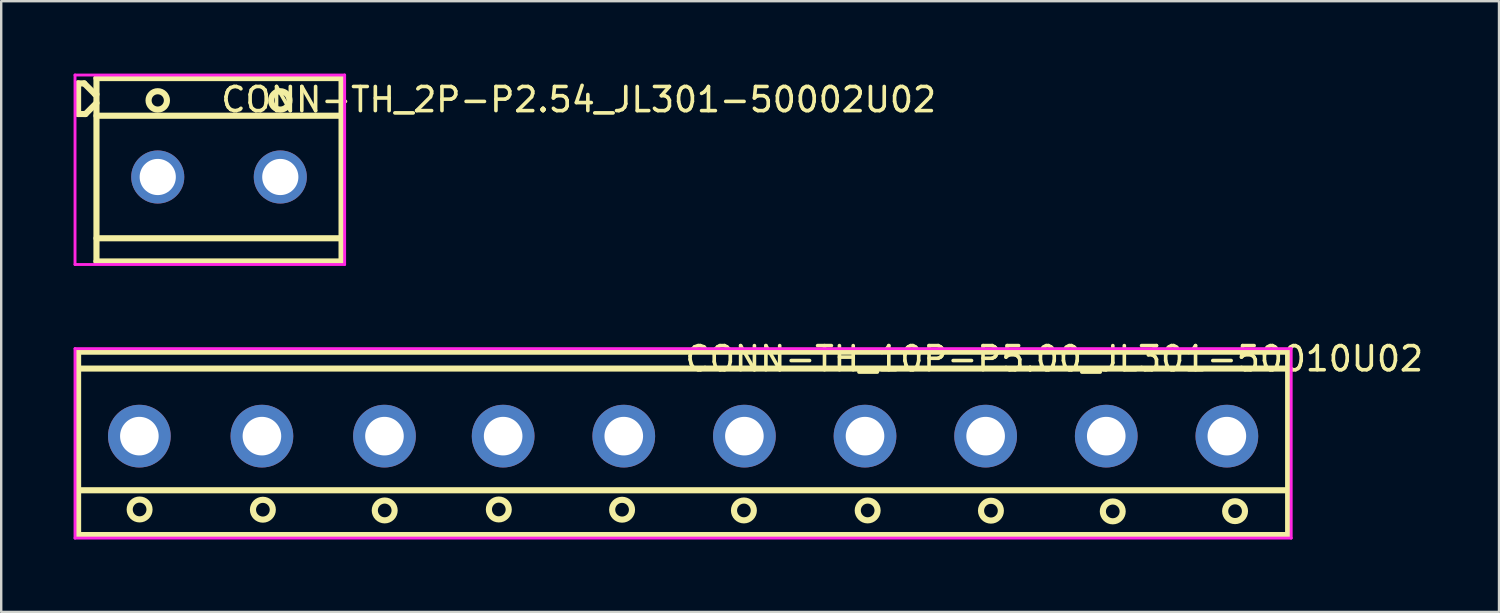
<source format=kicad_pcb>
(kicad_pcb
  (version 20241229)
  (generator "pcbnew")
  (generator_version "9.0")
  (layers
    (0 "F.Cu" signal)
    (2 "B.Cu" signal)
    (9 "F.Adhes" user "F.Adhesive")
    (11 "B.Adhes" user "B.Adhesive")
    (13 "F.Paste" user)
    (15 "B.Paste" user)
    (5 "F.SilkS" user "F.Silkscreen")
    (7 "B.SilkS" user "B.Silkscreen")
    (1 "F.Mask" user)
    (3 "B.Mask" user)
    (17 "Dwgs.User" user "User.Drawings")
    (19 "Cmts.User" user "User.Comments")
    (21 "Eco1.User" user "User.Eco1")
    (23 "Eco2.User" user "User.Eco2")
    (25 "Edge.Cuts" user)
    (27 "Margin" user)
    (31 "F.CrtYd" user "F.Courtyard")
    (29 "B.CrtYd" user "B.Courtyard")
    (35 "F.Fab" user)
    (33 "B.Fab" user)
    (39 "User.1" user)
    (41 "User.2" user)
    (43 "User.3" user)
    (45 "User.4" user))
  (footprint "CONN-TH_10P-P5.00_JL301-50010U02"
    (layer "F.Cu")
    (at 25.267 15.029)
    (property "Reference" "CONN-TH_10P-P5.00_JL301-50010U02" (at 0 -3.207 0) (layer "F.SilkS") (effects (font (size 1 1) (thickness 0.15)) (justify left)))
    (attr through_hole)
    (fp_line (start -25.08 -3.5) (end -25.08 4.1) (stroke (width 0.254) (type solid)) (layer "F.SilkS"))
    (fp_line (start -25.08 -3.5) (end 25.08 -3.5) (stroke (width 0.254) (type solid)) (layer "F.SilkS"))
    (fp_line (start -25.08 -2.801) (end 25.08 -2.801) (stroke (width 0.254) (type solid)) (layer "F.SilkS"))
    (fp_line (start -25.08 2.244) (end 25.08 2.244) (stroke (width 0.254) (type solid)) (layer "F.SilkS"))
    (fp_line (start -25.08 4.1) (end 25.08 4.1) (stroke (width 0.254) (type solid)) (layer "F.SilkS"))
    (fp_line (start 25.08 -3.5) (end 25.08 4.1) (stroke (width 0.254) (type solid)) (layer "F.SilkS"))
    (fp_circle (center -22.53 3.04) (end -22.119 3.04) (stroke (width 0.254) (type solid)) (fill no) (layer "F.SilkS"))
    (fp_circle (center -17.42 3.05) (end -17.009 3.05) (stroke (width 0.254) (type solid)) (fill no) (layer "F.SilkS"))
    (fp_circle (center -12.37 3.08) (end -11.959 3.08) (stroke (width 0.254) (type solid)) (fill no) (layer "F.SilkS"))
    (fp_circle (center -7.64 3.04) (end -7.229 3.04) (stroke (width 0.254) (type solid)) (fill no) (layer "F.SilkS"))
    (fp_circle (center -2.53 3.05) (end -2.119 3.05) (stroke (width 0.254) (type solid)) (fill no) (layer "F.SilkS"))
    (fp_circle (center 2.52 3.08) (end 2.931 3.08) (stroke (width 0.254) (type solid)) (fill no) (layer "F.SilkS"))
    (fp_circle (center 7.65 3.08) (end 8.061 3.08) (stroke (width 0.254) (type solid)) (fill no) (layer "F.SilkS"))
    (fp_circle (center 12.76 3.09) (end 13.171 3.09) (stroke (width 0.254) (type solid)) (fill no) (layer "F.SilkS"))
    (fp_circle (center 17.81 3.12) (end 18.221 3.12) (stroke (width 0.254) (type solid)) (fill no) (layer "F.SilkS"))
    (fp_circle (center 22.88 3.11) (end 23.291 3.11) (stroke (width 0.254) (type solid)) (fill no) (layer "F.SilkS"))
    (fp_circle (center -25.207 4.227) (end -25.177 4.227) (stroke (width 0.06) (type solid)) (fill no) (layer "Eco2.User"))
    (fp_circle (center -22.54 0) (end -22.19 0) (stroke (width 0.7) (type solid)) (fill no) (layer "Eco2.User"))
    (fp_circle (center -17.46 0) (end -17.11 0) (stroke (width 0.7) (type solid)) (fill no) (layer "Eco2.User"))
    (fp_circle (center -12.38 0) (end -12.03 0) (stroke (width 0.7) (type solid)) (fill no) (layer "Eco2.User"))
    (fp_circle (center -7.46 0) (end -7.11 0) (stroke (width 0.7) (type solid)) (fill no) (layer "Eco2.User"))
    (fp_circle (center -2.46 0) (end -2.11 0) (stroke (width 0.7) (type solid)) (fill no) (layer "Eco2.User"))
    (fp_circle (center 2.54 0) (end 2.89 0) (stroke (width 0.7) (type solid)) (fill no) (layer "Eco2.User"))
    (fp_circle (center 7.54 0) (end 7.89 0) (stroke (width 0.7) (type solid)) (fill no) (layer "Eco2.User"))
    (fp_circle (center 12.54 0) (end 12.89 0) (stroke (width 0.7) (type solid)) (fill no) (layer "Eco2.User"))
    (fp_circle (center 17.54 0) (end 17.89 0) (stroke (width 0.7) (type solid)) (fill no) (layer "Eco2.User"))
    (fp_circle (center 22.54 0) (end 22.89 0) (stroke (width 0.7) (type solid)) (fill no) (layer "Eco2.User"))
    (fp_line (start -25.207 -3.627) (end 25.207 -3.627) (stroke (width 0.12) (type solid)) (layer "F.CrtYd"))
    (fp_line (start -25.207 4.227) (end -25.207 -3.627) (stroke (width 0.12) (type solid)) (layer "F.CrtYd"))
    (fp_line (start 25.207 -3.627) (end 25.207 4.227) (stroke (width 0.12) (type solid)) (layer "F.CrtYd"))
    (fp_line (start 25.207 4.227) (end -25.207 4.227) (stroke (width 0.12) (type solid)) (layer "F.CrtYd"))
    (pad "1" thru_hole circle (at -22.54 0) (size 2.6 2.6) (drill 1.6) (layers "*.Cu" "*.Mask"))
    (pad "2" thru_hole circle (at -17.46 0) (size 2.6 2.6) (drill 1.6) (layers "*.Cu" "*.Mask"))
    (pad "3" thru_hole circle (at -12.38 0) (size 2.6 2.6) (drill 1.6) (layers "*.Cu" "*.Mask"))
    (pad "4" thru_hole circle (at -7.46 0) (size 2.6 2.6) (drill 1.6) (layers "*.Cu" "*.Mask"))
    (pad "5" thru_hole circle (at -2.46 0) (size 2.6 2.6) (drill 1.6) (layers "*.Cu" "*.Mask"))
    (pad "6" thru_hole circle (at 2.54 0) (size 2.6 2.6) (drill 1.6) (layers "*.Cu" "*.Mask"))
    (pad "7" thru_hole circle (at 7.54 0) (size 2.6 2.6) (drill 1.6) (layers "*.Cu" "*.Mask"))
    (pad "8" thru_hole circle (at 12.54 0) (size 2.6 2.6) (drill 1.6) (layers "*.Cu" "*.Mask"))
    (pad "9" thru_hole circle (at 17.54 0) (size 2.6 2.6) (drill 1.6) (layers "*.Cu" "*.Mask"))
    (pad "10" thru_hole circle (at 22.54 0) (size 2.6 2.6) (drill 1.6) (layers "*.Cu" "*.Mask")))
  (footprint "CONN-TH_2P-P2.54_JL301-50002U02"
    (layer "F.Cu")
    (at 6.029 4.287)
    (property "Reference" "CONN-TH_2P-P2.54_JL301-50002U02" (at 0 -3.207 0) (layer "F.SilkS") (effects (font (size 1 1) (thickness 0.15)) (justify left)))
    (attr through_hole)
    (fp_line (start -5.842 -3.88) (end -5.842 -2.61) (stroke (width 0.254) (type solid)) (layer "F.SilkS"))
    (fp_line (start -5.842 -2.61) (end -5.588 -2.61) (stroke (width 0.254) (type solid)) (layer "F.SilkS"))
    (fp_line (start -5.588 -3.88) (end -5.842 -3.88) (stroke (width 0.254) (type solid)) (layer "F.SilkS"))
    (fp_line (start -5.588 -2.61) (end -5.536 -2.61) (stroke (width 0.254) (type solid)) (layer "F.SilkS"))
    (fp_line (start -5.536 -2.61) (end -5.08 -3.066) (stroke (width 0.254) (type solid)) (layer "F.SilkS"))
    (fp_line (start -5.137 -3.429) (end -5.588 -3.88) (stroke (width 0.254) (type solid)) (layer "F.SilkS"))
    (fp_line (start -5.08 -4.1) (end 5.08 -4.1) (stroke (width 0.254) (type solid)) (layer "F.SilkS"))
    (fp_line (start -5.08 -3.429) (end -5.137 -3.429) (stroke (width 0.254) (type solid)) (layer "F.SilkS"))
    (fp_line (start -5.08 -2.54) (end 5.08 -2.54) (stroke (width 0.254) (type solid)) (layer "F.SilkS"))
    (fp_line (start -5.08 2.54) (end 5.08 2.54) (stroke (width 0.254) (type solid)) (layer "F.SilkS"))
    (fp_line (start -5.08 3.5) (end -5.08 -4.1) (stroke (width 0.254) (type solid)) (layer "F.SilkS"))
    (fp_line (start -5.08 3.5) (end 5.08 3.5) (stroke (width 0.254) (type solid)) (layer "F.SilkS"))
    (fp_line (start 5.08 -4.1) (end 5.08 3.5) (stroke (width 0.254) (type solid)) (layer "F.SilkS"))
    (fp_circle (center -2.54 -3.175) (end -2.159 -3.175) (stroke (width 0.254) (type solid)) (fill no) (layer "F.SilkS"))
    (fp_circle (center 2.54 -3.175) (end 2.921 -3.175) (stroke (width 0.254) (type solid)) (fill no) (layer "F.SilkS"))
    (fp_circle (center -5.969 3.627) (end -5.939 3.627) (stroke (width 0.06) (type solid)) (fill no) (layer "Eco2.User"))
    (fp_circle (center -2.54 0) (end -2.215 0) (stroke (width 0.65) (type solid)) (fill no) (layer "Eco2.User"))
    (fp_circle (center 2.54 0) (end 2.865 0) (stroke (width 0.65) (type solid)) (fill no) (layer "Eco2.User"))
    (fp_line (start -5.969 -4.227) (end 5.207 -4.227) (stroke (width 0.12) (type solid)) (layer "F.CrtYd"))
    (fp_line (start -5.969 3.627) (end -5.969 -4.227) (stroke (width 0.12) (type solid)) (layer "F.CrtYd"))
    (fp_line (start 5.207 -4.227) (end 5.207 3.627) (stroke (width 0.12) (type solid)) (layer "F.CrtYd"))
    (fp_line (start 5.207 3.627) (end -5.969 3.627) (stroke (width 0.12) (type solid)) (layer "F.CrtYd"))
    (pad "1" thru_hole circle (at -2.54 0) (size 2.2 2.2) (drill 1.5) (layers "*.Cu" "*.Mask"))
    (pad "2" thru_hole circle (at 2.54 0) (size 2.2 2.2) (drill 1.5) (layers "*.Cu" "*.Mask")))
  (gr_rect
    (start -3 -3)
    (end 59.088 22.316)
    (stroke (width 0.1) (type default))
    (fill no)
    (layer "Edge.Cuts")))
</source>
